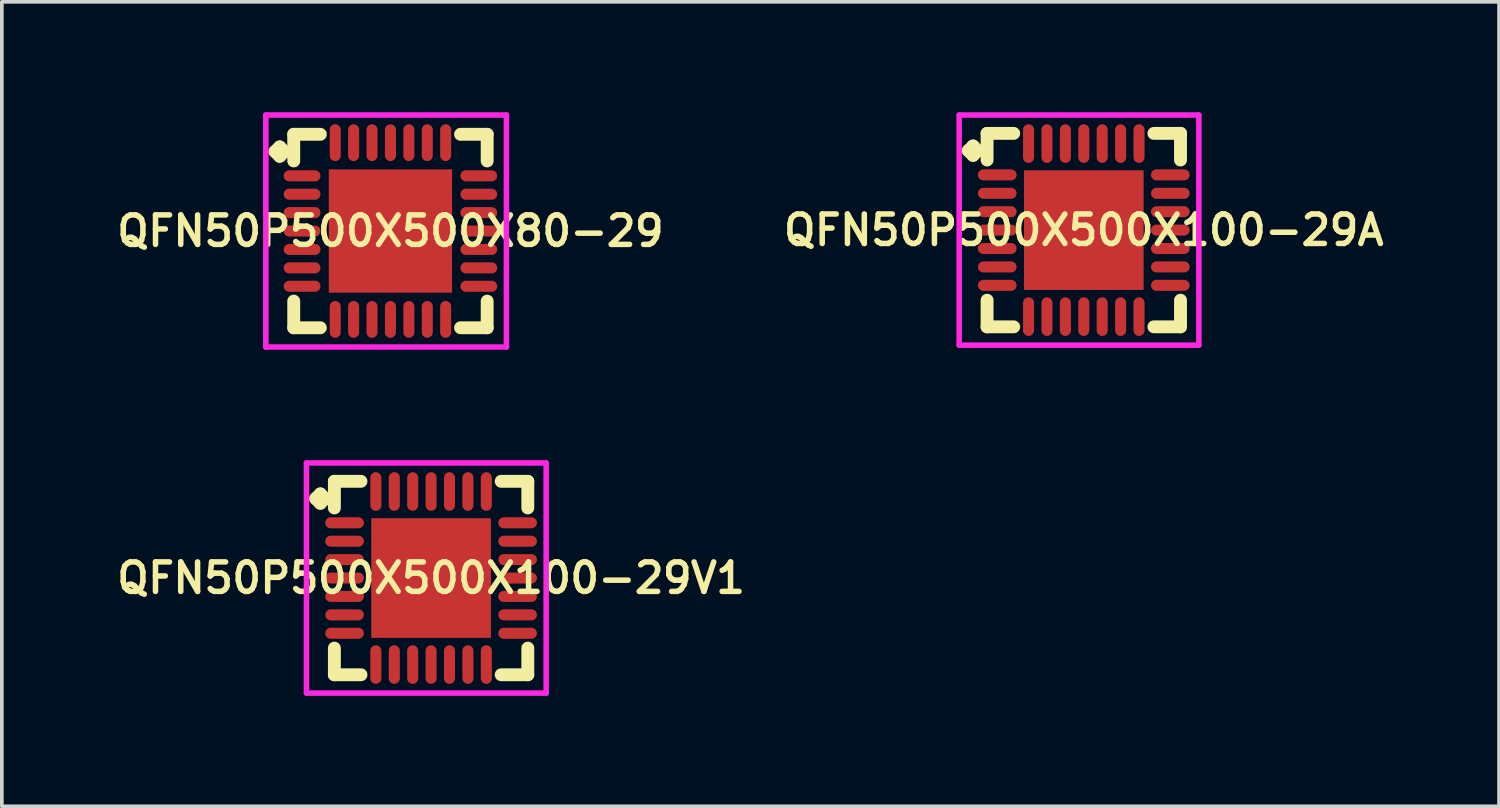
<source format=kicad_pcb>
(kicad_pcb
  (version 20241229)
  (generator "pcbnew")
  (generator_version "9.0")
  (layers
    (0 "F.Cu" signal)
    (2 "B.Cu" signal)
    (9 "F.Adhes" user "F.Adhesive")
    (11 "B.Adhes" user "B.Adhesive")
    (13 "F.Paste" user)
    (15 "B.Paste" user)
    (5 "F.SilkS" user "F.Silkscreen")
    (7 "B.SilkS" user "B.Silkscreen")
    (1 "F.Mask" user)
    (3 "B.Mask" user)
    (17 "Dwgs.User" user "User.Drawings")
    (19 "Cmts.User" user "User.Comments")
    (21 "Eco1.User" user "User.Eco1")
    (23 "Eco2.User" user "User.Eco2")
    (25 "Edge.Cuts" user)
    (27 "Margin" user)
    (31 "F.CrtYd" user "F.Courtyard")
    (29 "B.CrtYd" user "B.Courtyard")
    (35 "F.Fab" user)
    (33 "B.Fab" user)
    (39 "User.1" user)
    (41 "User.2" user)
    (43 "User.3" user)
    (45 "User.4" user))
  (footprint "QFN50P500X500X100-29V1"
    (layer "F.Cu")
    (at 8.659 12.65)
    (property "Reference" "QFN50P500X500X100-29V1" (at 0 0 0) (layer "F.SilkS") (effects (font (size 0.8 0.8) (thickness 0.15))))
    (attr smd)
    (fp_line (start -3.135 -2.158) (end -3.008 -2.285) (stroke (width 0.35) (type solid)) (layer "F.SilkS"))
    (fp_line (start -3.008 -2.285) (end -2.881 -2.158) (stroke (width 0.35) (type solid)) (layer "F.SilkS"))
    (fp_line (start -3.008 -2.031) (end -3.135 -2.158) (stroke (width 0.35) (type solid)) (layer "F.SilkS"))
    (fp_line (start -2.881 -2.158) (end -3.008 -2.031) (stroke (width 0.35) (type solid)) (layer "F.SilkS"))
    (fp_line (start -2.627 -2.627) (end -1.904 -2.627) (stroke (width 0.35) (type solid)) (layer "F.SilkS"))
    (fp_line (start -2.627 -1.904) (end -2.627 -2.627) (stroke (width 0.35) (type solid)) (layer "F.SilkS"))
    (fp_line (start -2.627 1.904) (end -2.627 2.627) (stroke (width 0.35) (type solid)) (layer "F.SilkS"))
    (fp_line (start -2.627 2.627) (end -1.904 2.627) (stroke (width 0.35) (type solid)) (layer "F.SilkS"))
    (fp_line (start 1.904 -2.627) (end 2.627 -2.627) (stroke (width 0.35) (type solid)) (layer "F.SilkS"))
    (fp_line (start 1.904 2.627) (end 2.627 2.627) (stroke (width 0.35) (type solid)) (layer "F.SilkS"))
    (fp_line (start 2.627 -2.627) (end 2.627 -1.904) (stroke (width 0.35) (type solid)) (layer "F.SilkS"))
    (fp_line (start 2.627 2.627) (end 2.627 1.904) (stroke (width 0.35) (type solid)) (layer "F.SilkS"))
    (fp_line (start -3.385 -3.125) (end 3.125 -3.125) (stroke (width 0.15) (type solid)) (layer "F.CrtYd"))
    (fp_line (start -3.385 3.125) (end -3.385 -3.125) (stroke (width 0.15) (type solid)) (layer "F.CrtYd"))
    (fp_line (start 3.125 -3.125) (end 3.125 3.125) (stroke (width 0.15) (type solid)) (layer "F.CrtYd"))
    (fp_line (start 3.125 3.125) (end -3.385 3.125) (stroke (width 0.15) (type solid)) (layer "F.CrtYd"))
    (pad "1" smd oval (at -2.35 -1.5) (size 1.05 0.3) (layers "F.Cu" "F.Mask" "F.Paste"))
    (pad "2" smd oval (at -2.35 -1) (size 1.05 0.3) (layers "F.Cu" "F.Mask" "F.Paste"))
    (pad "3" smd oval (at -2.35 -0.5) (size 1.05 0.3) (layers "F.Cu" "F.Mask" "F.Paste"))
    (pad "4" smd oval (at -2.35 0) (size 1.05 0.3) (layers "F.Cu" "F.Mask" "F.Paste"))
    (pad "5" smd oval (at -2.35 0.5) (size 1.05 0.3) (layers "F.Cu" "F.Mask" "F.Paste"))
    (pad "6" smd oval (at -2.35 1) (size 1.05 0.3) (layers "F.Cu" "F.Mask" "F.Paste"))
    (pad "7" smd oval (at -2.35 1.5) (size 1.05 0.3) (layers "F.Cu" "F.Mask" "F.Paste"))
    (pad "8" smd oval (at -1.5 2.35) (size 0.3 1.05) (layers "F.Cu" "F.Mask" "F.Paste"))
    (pad "9" smd oval (at -1 2.35) (size 0.3 1.05) (layers "F.Cu" "F.Mask" "F.Paste"))
    (pad "10" smd oval (at -0.5 2.35) (size 0.3 1.05) (layers "F.Cu" "F.Mask" "F.Paste"))
    (pad "11" smd oval (at 0 2.35) (size 0.3 1.05) (layers "F.Cu" "F.Mask" "F.Paste"))
    (pad "12" smd oval (at 0.5 2.35) (size 0.3 1.05) (layers "F.Cu" "F.Mask" "F.Paste"))
    (pad "13" smd oval (at 1 2.35) (size 0.3 1.05) (layers "F.Cu" "F.Mask" "F.Paste"))
    (pad "14" smd oval (at 1.5 2.35) (size 0.3 1.05) (layers "F.Cu" "F.Mask" "F.Paste"))
    (pad "15" smd oval (at 2.35 1.5) (size 1.05 0.3) (layers "F.Cu" "F.Mask" "F.Paste"))
    (pad "16" smd oval (at 2.35 1) (size 1.05 0.3) (layers "F.Cu" "F.Mask" "F.Paste"))
    (pad "17" smd oval (at 2.35 0.5) (size 1.05 0.3) (layers "F.Cu" "F.Mask" "F.Paste"))
    (pad "18" smd oval (at 2.35 0) (size 1.05 0.3) (layers "F.Cu" "F.Mask" "F.Paste"))
    (pad "19" smd oval (at 2.35 -0.5) (size 1.05 0.3) (layers "F.Cu" "F.Mask" "F.Paste"))
    (pad "20" smd oval (at 2.35 -1) (size 1.05 0.3) (layers "F.Cu" "F.Mask" "F.Paste"))
    (pad "21" smd oval (at 2.35 -1.5) (size 1.05 0.3) (layers "F.Cu" "F.Mask" "F.Paste"))
    (pad "22" smd oval (at 1.5 -2.35) (size 0.3 1.05) (layers "F.Cu" "F.Mask" "F.Paste"))
    (pad "23" smd oval (at 1 -2.35) (size 0.3 1.05) (layers "F.Cu" "F.Mask" "F.Paste"))
    (pad "24" smd oval (at 0.5 -2.35) (size 0.3 1.05) (layers "F.Cu" "F.Mask" "F.Paste"))
    (pad "25" smd oval (at 0 -2.35) (size 0.3 1.05) (layers "F.Cu" "F.Mask" "F.Paste"))
    (pad "26" smd oval (at -0.5 -2.35) (size 0.3 1.05) (layers "F.Cu" "F.Mask" "F.Paste"))
    (pad "27" smd oval (at -1 -2.35) (size 0.3 1.05) (layers "F.Cu" "F.Mask" "F.Paste"))
    (pad "28" smd oval (at -1.5 -2.35) (size 0.3 1.05) (layers "F.Cu" "F.Mask" "F.Paste"))
    (pad "29" smd rect (at 0 0) (size 3.25 3.25) (layers "F.Cu" "F.Mask" "F.Paste")))
  (footprint "QFN50P500X500X80-29"
    (layer "F.Cu")
    (at 7.555 3.225)
    (property "Reference" "QFN50P500X500X80-29" (at 0 0 0) (layer "F.SilkS") (effects (font (size 0.8 0.8) (thickness 0.15))))
    (attr smd)
    (fp_line (start -3.135 -2.158) (end -3.008 -2.285) (stroke (width 0.35) (type solid)) (layer "F.SilkS"))
    (fp_line (start -3.008 -2.285) (end -2.881 -2.158) (stroke (width 0.35) (type solid)) (layer "F.SilkS"))
    (fp_line (start -3.008 -2.031) (end -3.135 -2.158) (stroke (width 0.35) (type solid)) (layer "F.SilkS"))
    (fp_line (start -2.881 -2.158) (end -3.008 -2.031) (stroke (width 0.35) (type solid)) (layer "F.SilkS"))
    (fp_line (start -2.627 -2.627) (end -1.904 -2.627) (stroke (width 0.35) (type solid)) (layer "F.SilkS"))
    (fp_line (start -2.627 -1.904) (end -2.627 -2.627) (stroke (width 0.35) (type solid)) (layer "F.SilkS"))
    (fp_line (start -2.627 1.904) (end -2.627 2.627) (stroke (width 0.35) (type solid)) (layer "F.SilkS"))
    (fp_line (start -2.627 2.627) (end -1.904 2.627) (stroke (width 0.35) (type solid)) (layer "F.SilkS"))
    (fp_line (start 1.904 -2.627) (end 2.627 -2.627) (stroke (width 0.35) (type solid)) (layer "F.SilkS"))
    (fp_line (start 1.904 2.627) (end 2.627 2.627) (stroke (width 0.35) (type solid)) (layer "F.SilkS"))
    (fp_line (start 2.627 -2.627) (end 2.627 -1.904) (stroke (width 0.35) (type solid)) (layer "F.SilkS"))
    (fp_line (start 2.627 2.627) (end 2.627 1.904) (stroke (width 0.35) (type solid)) (layer "F.SilkS"))
    (fp_line (start -3.385 -3.15) (end 3.15 -3.15) (stroke (width 0.15) (type solid)) (layer "F.CrtYd"))
    (fp_line (start -3.385 3.15) (end -3.385 -3.15) (stroke (width 0.15) (type solid)) (layer "F.CrtYd"))
    (fp_line (start 3.15 -3.15) (end 3.15 3.15) (stroke (width 0.15) (type solid)) (layer "F.CrtYd"))
    (fp_line (start 3.15 3.15) (end -3.385 3.15) (stroke (width 0.15) (type solid)) (layer "F.CrtYd"))
    (pad "1" smd oval (at -2.4 -1.5) (size 1 0.3) (layers "F.Cu" "F.Mask" "F.Paste"))
    (pad "2" smd oval (at -2.4 -1) (size 1 0.3) (layers "F.Cu" "F.Mask" "F.Paste"))
    (pad "3" smd oval (at -2.4 -0.5) (size 1 0.3) (layers "F.Cu" "F.Mask" "F.Paste"))
    (pad "4" smd oval (at -2.4 0) (size 1 0.3) (layers "F.Cu" "F.Mask" "F.Paste"))
    (pad "5" smd oval (at -2.4 0.5) (size 1 0.3) (layers "F.Cu" "F.Mask" "F.Paste"))
    (pad "6" smd oval (at -2.4 1) (size 1 0.3) (layers "F.Cu" "F.Mask" "F.Paste"))
    (pad "7" smd oval (at -2.4 1.5) (size 1 0.3) (layers "F.Cu" "F.Mask" "F.Paste"))
    (pad "8" smd oval (at -1.5 2.4) (size 0.3 1) (layers "F.Cu" "F.Mask" "F.Paste"))
    (pad "9" smd oval (at -1 2.4) (size 0.3 1) (layers "F.Cu" "F.Mask" "F.Paste"))
    (pad "10" smd oval (at -0.5 2.4) (size 0.3 1) (layers "F.Cu" "F.Mask" "F.Paste"))
    (pad "11" smd oval (at 0 2.4) (size 0.3 1) (layers "F.Cu" "F.Mask" "F.Paste"))
    (pad "12" smd oval (at 0.5 2.4) (size 0.3 1) (layers "F.Cu" "F.Mask" "F.Paste"))
    (pad "13" smd oval (at 1 2.4) (size 0.3 1) (layers "F.Cu" "F.Mask" "F.Paste"))
    (pad "14" smd oval (at 1.5 2.4) (size 0.3 1) (layers "F.Cu" "F.Mask" "F.Paste"))
    (pad "15" smd oval (at 2.4 1.5) (size 1 0.3) (layers "F.Cu" "F.Mask" "F.Paste"))
    (pad "16" smd oval (at 2.4 1) (size 1 0.3) (layers "F.Cu" "F.Mask" "F.Paste"))
    (pad "17" smd oval (at 2.4 0.5) (size 1 0.3) (layers "F.Cu" "F.Mask" "F.Paste"))
    (pad "18" smd oval (at 2.4 0) (size 1 0.3) (layers "F.Cu" "F.Mask" "F.Paste"))
    (pad "19" smd oval (at 2.4 -0.5) (size 1 0.3) (layers "F.Cu" "F.Mask" "F.Paste"))
    (pad "20" smd oval (at 2.4 -1) (size 1 0.3) (layers "F.Cu" "F.Mask" "F.Paste"))
    (pad "21" smd oval (at 2.4 -1.5) (size 1 0.3) (layers "F.Cu" "F.Mask" "F.Paste"))
    (pad "22" smd oval (at 1.5 -2.4) (size 0.3 1) (layers "F.Cu" "F.Mask" "F.Paste"))
    (pad "23" smd oval (at 1 -2.4) (size 0.3 1) (layers "F.Cu" "F.Mask" "F.Paste"))
    (pad "24" smd oval (at 0.5 -2.4) (size 0.3 1) (layers "F.Cu" "F.Mask" "F.Paste"))
    (pad "25" smd oval (at 0 -2.4) (size 0.3 1) (layers "F.Cu" "F.Mask" "F.Paste"))
    (pad "26" smd oval (at -0.5 -2.4) (size 0.3 1) (layers "F.Cu" "F.Mask" "F.Paste"))
    (pad "27" smd oval (at -1 -2.4) (size 0.3 1) (layers "F.Cu" "F.Mask" "F.Paste"))
    (pad "28" smd oval (at -1.5 -2.4) (size 0.3 1) (layers "F.Cu" "F.Mask" "F.Paste"))
    (pad "29" smd rect (at 0 0) (size 3.35 3.35) (layers "F.Cu" "F.Mask" "F.Paste")))
  (footprint "QFN50P500X500X100-29A"
    (layer "F.Cu")
    (at 26.387 3.2)
    (property "Reference" "QFN50P500X500X100-29A" (at 0 0 0) (layer "F.SilkS") (effects (font (size 0.8 0.8) (thickness 0.15))))
    (attr smd)
    (fp_line (start -3.135 -2.158) (end -3.008 -2.285) (stroke (width 0.35) (type solid)) (layer "F.SilkS"))
    (fp_line (start -3.008 -2.285) (end -2.881 -2.158) (stroke (width 0.35) (type solid)) (layer "F.SilkS"))
    (fp_line (start -3.008 -2.031) (end -3.135 -2.158) (stroke (width 0.35) (type solid)) (layer "F.SilkS"))
    (fp_line (start -2.881 -2.158) (end -3.008 -2.031) (stroke (width 0.35) (type solid)) (layer "F.SilkS"))
    (fp_line (start -2.627 -2.627) (end -1.904 -2.627) (stroke (width 0.35) (type solid)) (layer "F.SilkS"))
    (fp_line (start -2.627 -1.904) (end -2.627 -2.627) (stroke (width 0.35) (type solid)) (layer "F.SilkS"))
    (fp_line (start -2.627 1.904) (end -2.627 2.627) (stroke (width 0.35) (type solid)) (layer "F.SilkS"))
    (fp_line (start -2.627 2.627) (end -1.904 2.627) (stroke (width 0.35) (type solid)) (layer "F.SilkS"))
    (fp_line (start 1.904 -2.627) (end 2.627 -2.627) (stroke (width 0.35) (type solid)) (layer "F.SilkS"))
    (fp_line (start 1.904 2.627) (end 2.627 2.627) (stroke (width 0.35) (type solid)) (layer "F.SilkS"))
    (fp_line (start 2.627 -2.627) (end 2.627 -1.904) (stroke (width 0.35) (type solid)) (layer "F.SilkS"))
    (fp_line (start 2.627 2.627) (end 2.627 1.904) (stroke (width 0.35) (type solid)) (layer "F.SilkS"))
    (fp_line (start -3.385 -3.125) (end 3.125 -3.125) (stroke (width 0.15) (type solid)) (layer "F.CrtYd"))
    (fp_line (start -3.385 3.125) (end -3.385 -3.125) (stroke (width 0.15) (type solid)) (layer "F.CrtYd"))
    (fp_line (start 3.125 -3.125) (end 3.125 3.125) (stroke (width 0.15) (type solid)) (layer "F.CrtYd"))
    (fp_line (start 3.125 3.125) (end -3.385 3.125) (stroke (width 0.15) (type solid)) (layer "F.CrtYd"))
    (pad "1" smd oval (at -2.35 -1.5) (size 1.05 0.3) (layers "F.Cu" "F.Mask" "F.Paste"))
    (pad "2" smd oval (at -2.35 -1) (size 1.05 0.3) (layers "F.Cu" "F.Mask" "F.Paste"))
    (pad "3" smd oval (at -2.35 -0.5) (size 1.05 0.3) (layers "F.Cu" "F.Mask" "F.Paste"))
    (pad "4" smd oval (at -2.35 0) (size 1.05 0.3) (layers "F.Cu" "F.Mask" "F.Paste"))
    (pad "5" smd oval (at -2.35 0.5) (size 1.05 0.3) (layers "F.Cu" "F.Mask" "F.Paste"))
    (pad "6" smd oval (at -2.35 1) (size 1.05 0.3) (layers "F.Cu" "F.Mask" "F.Paste"))
    (pad "7" smd oval (at -2.35 1.5) (size 1.05 0.3) (layers "F.Cu" "F.Mask" "F.Paste"))
    (pad "8" smd oval (at -1.5 2.35) (size 0.3 1.05) (layers "F.Cu" "F.Mask" "F.Paste"))
    (pad "9" smd oval (at -1 2.35) (size 0.3 1.05) (layers "F.Cu" "F.Mask" "F.Paste"))
    (pad "10" smd oval (at -0.5 2.35) (size 0.3 1.05) (layers "F.Cu" "F.Mask" "F.Paste"))
    (pad "11" smd oval (at 0 2.35) (size 0.3 1.05) (layers "F.Cu" "F.Mask" "F.Paste"))
    (pad "12" smd oval (at 0.5 2.35) (size 0.3 1.05) (layers "F.Cu" "F.Mask" "F.Paste"))
    (pad "13" smd oval (at 1 2.35) (size 0.3 1.05) (layers "F.Cu" "F.Mask" "F.Paste"))
    (pad "14" smd oval (at 1.5 2.35) (size 0.3 1.05) (layers "F.Cu" "F.Mask" "F.Paste"))
    (pad "15" smd oval (at 2.35 1.5) (size 1.05 0.3) (layers "F.Cu" "F.Mask" "F.Paste"))
    (pad "16" smd oval (at 2.35 1) (size 1.05 0.3) (layers "F.Cu" "F.Mask" "F.Paste"))
    (pad "17" smd oval (at 2.35 0.5) (size 1.05 0.3) (layers "F.Cu" "F.Mask" "F.Paste"))
    (pad "18" smd oval (at 2.35 0) (size 1.05 0.3) (layers "F.Cu" "F.Mask" "F.Paste"))
    (pad "19" smd oval (at 2.35 -0.5) (size 1.05 0.3) (layers "F.Cu" "F.Mask" "F.Paste"))
    (pad "20" smd oval (at 2.35 -1) (size 1.05 0.3) (layers "F.Cu" "F.Mask" "F.Paste"))
    (pad "21" smd oval (at 2.35 -1.5) (size 1.05 0.3) (layers "F.Cu" "F.Mask" "F.Paste"))
    (pad "22" smd oval (at 1.5 -2.35) (size 0.3 1.05) (layers "F.Cu" "F.Mask" "F.Paste"))
    (pad "23" smd oval (at 1 -2.35) (size 0.3 1.05) (layers "F.Cu" "F.Mask" "F.Paste"))
    (pad "24" smd oval (at 0.5 -2.35) (size 0.3 1.05) (layers "F.Cu" "F.Mask" "F.Paste"))
    (pad "25" smd oval (at 0 -2.35) (size 0.3 1.05) (layers "F.Cu" "F.Mask" "F.Paste"))
    (pad "26" smd oval (at -0.5 -2.35) (size 0.3 1.05) (layers "F.Cu" "F.Mask" "F.Paste"))
    (pad "27" smd oval (at -1 -2.35) (size 0.3 1.05) (layers "F.Cu" "F.Mask" "F.Paste"))
    (pad "28" smd oval (at -1.5 -2.35) (size 0.3 1.05) (layers "F.Cu" "F.Mask" "F.Paste"))
    (pad "29" smd rect (at 0 0) (size 3.25 3.25) (layers "F.Cu" "F.Mask" "F.Paste")))
  (gr_rect
    (start -3 -3)
    (end 37.666 18.85)
    (stroke (width 0.1) (type default))
    (fill no)
    (layer "Edge.Cuts")))
</source>
